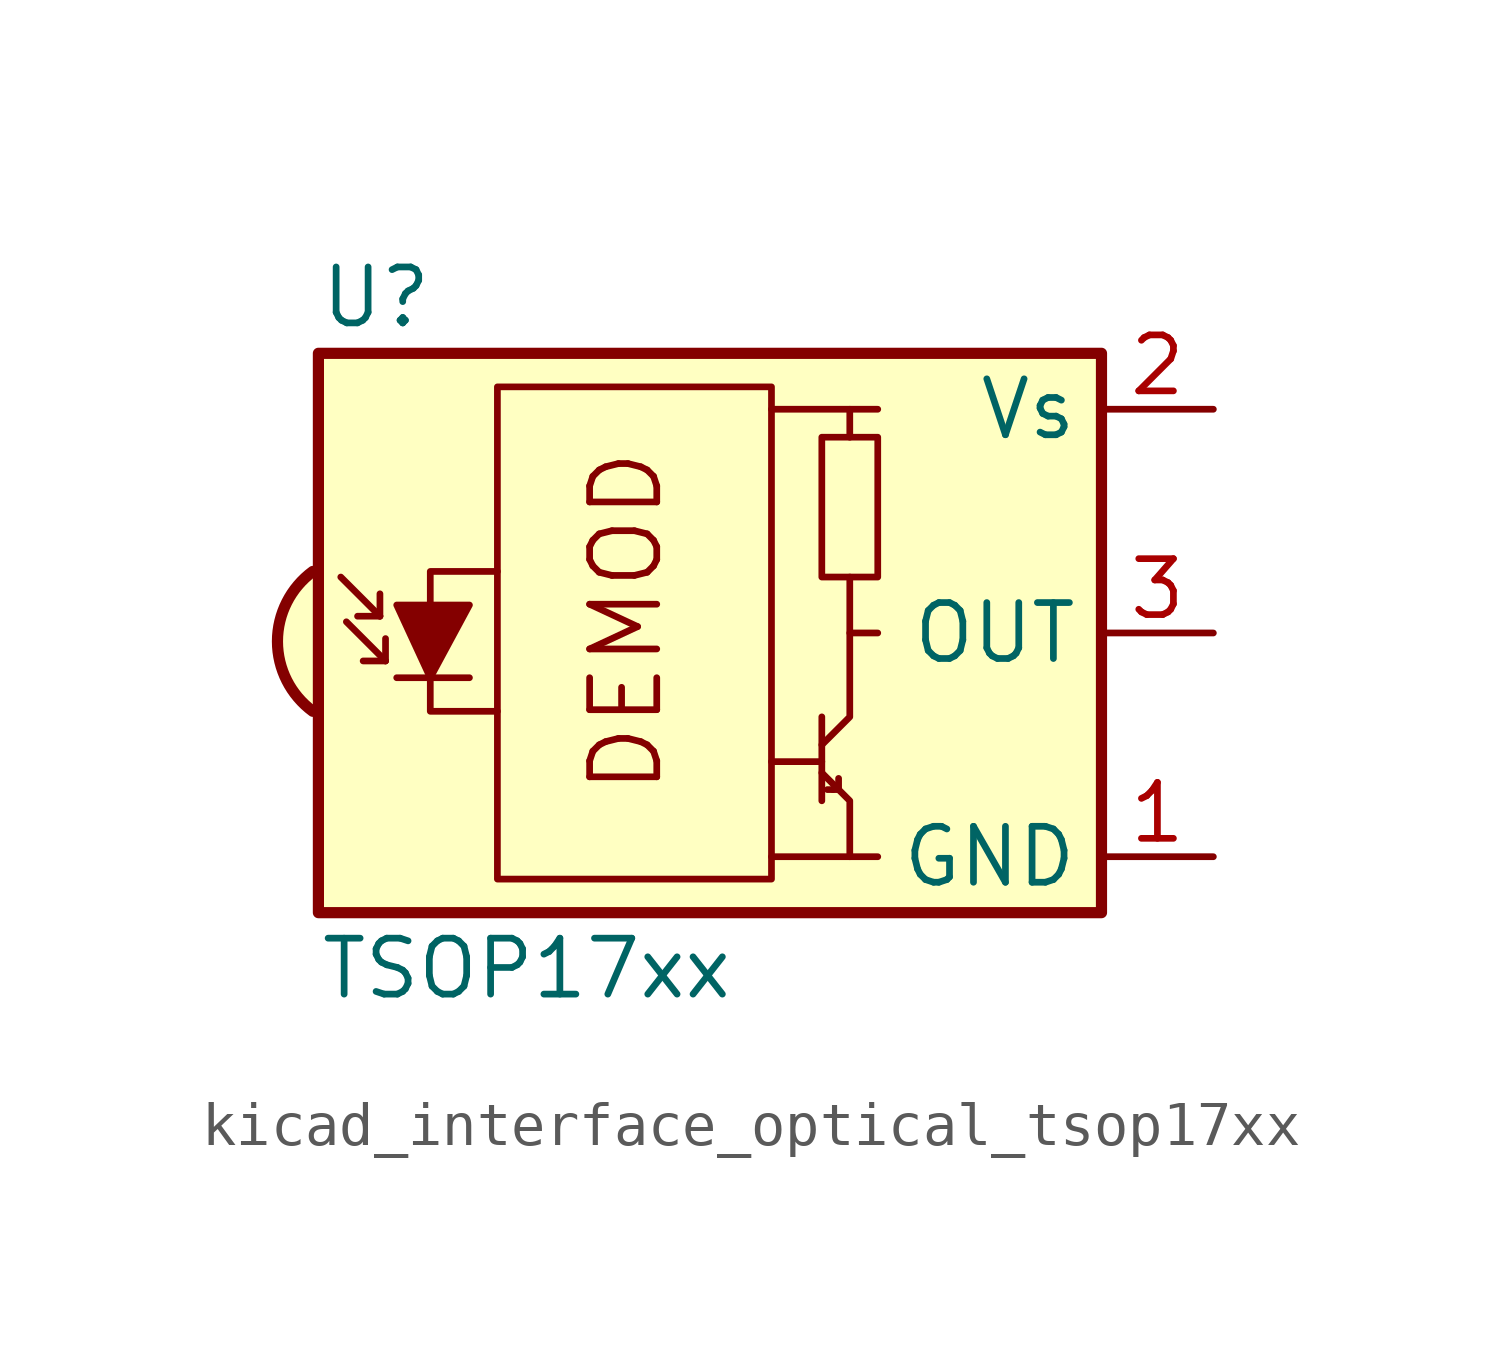
<source format=kicad_sym>
(kicad_symbol_lib
  (version 20220914)
  (generator kicad_symbol_editor)
  (symbol "kicad_interface_optical_tsop17xx"
    (property "Reference" "U"
      (at -10.16 7.62 0)
      (effects (font (size 1.27 1.27)) (justify left)))
    (property "Value" "TSOP17xx"
      (at -10.16 -7.62 0)
      (effects (font (size 1.27 1.27)) (justify left)))
    (symbol "kicad_interface_optical_tsop17xx_0_0"
      (arc (start -10.287 1.397) (mid -11.0899 -0.1852) (end -10.287 -1.778) (stroke (width 0.254) (type default)) (fill (type background)))
      (polyline (pts (xy 1.905 -5.08) (xy 0.127 -5.08)) (stroke (width 0) (type default)) (fill (type none)))
      (polyline (pts (xy 1.905 5.08) (xy 0.127 5.08)) (stroke (width 0) (type default)) (fill (type none)))
      (text "DEMOD" (at -3.175 0.254 900) (effects (font (size 1.524 1.524)))))
    (symbol "kicad_interface_optical_tsop17xx_0_1"
      (rectangle (start -6.096 5.588) (end 0.127 -5.588) (stroke (width 0) (type default)) (fill (type none)))
      (polyline (pts (xy -8.763 0.381) (xy -9.652 1.27)) (stroke (width 0) (type default)) (fill (type none)))
      (polyline (pts (xy -8.763 0.381) (xy -9.271 0.381)) (stroke (width 0) (type default)) (fill (type none)))
      (polyline (pts (xy -8.763 0.381) (xy -8.763 0.889)) (stroke (width 0) (type default)) (fill (type none)))
      (polyline (pts (xy -8.636 -0.635) (xy -9.525 0.254)) (stroke (width 0) (type default)) (fill (type none)))
      (polyline (pts (xy -8.636 -0.635) (xy -9.144 -0.635)) (stroke (width 0) (type default)) (fill (type none)))
      (polyline (pts (xy -8.636 -0.635) (xy -8.636 -0.127)) (stroke (width 0) (type default)) (fill (type none)))
      (polyline (pts (xy -8.382 -1.016) (xy -6.731 -1.016)) (stroke (width 0) (type default)) (fill (type none)))
      (polyline (pts (xy 1.27 -2.921) (xy 0.127 -2.921)) (stroke (width 0) (type default)) (fill (type none)))
      (polyline (pts (xy 1.27 -1.905) (xy 1.27 -3.81)) (stroke (width 0) (type default)) (fill (type none)))
      (polyline (pts (xy 1.397 -3.556) (xy 1.524 -3.556)) (stroke (width 0) (type default)) (fill (type none)))
      (polyline (pts (xy 1.651 -3.556) (xy 1.524 -3.556)) (stroke (width 0) (type default)) (fill (type none)))
      (polyline (pts (xy 1.651 -3.556) (xy 1.651 -3.302)) (stroke (width 0) (type default)) (fill (type none)))
      (polyline (pts (xy 1.905 0) (xy 1.905 1.27)) (stroke (width 0) (type default)) (fill (type none)))
      (polyline (pts (xy 1.905 4.445) (xy 1.905 5.08) (xy 2.54 5.08)) (stroke (width 0) (type default)) (fill (type none)))
      (polyline (pts (xy -8.382 0.635) (xy -6.731 0.635) (xy -7.62 -1.016) (xy -8.382 0.635)) (stroke (width 0) (type default)) (fill (type outline)))
      (polyline (pts (xy -6.096 1.397) (xy -7.62 1.397) (xy -7.62 -1.778) (xy -6.096 -1.778)) (stroke (width 0) (type default)) (fill (type none)))
      (polyline (pts (xy 1.27 -3.175) (xy 1.905 -3.81) (xy 1.905 -5.08) (xy 2.54 -5.08)) (stroke (width 0) (type default)) (fill (type none)))
      (polyline (pts (xy 1.27 -2.54) (xy 1.905 -1.905) (xy 1.905 0) (xy 2.54 0)) (stroke (width 0) (type default)) (fill (type none)))
      (rectangle (start 2.54 1.27) (end 1.27 4.445) (stroke (width 0) (type default)) (fill (type none)))
      (rectangle (start 7.62 6.35) (end -10.16 -6.35) (stroke (width 0.254) (type default)) (fill (type background))))
    (symbol "kicad_interface_optical_tsop17xx_1_1"
      (pin power_in line (at 10.16 -5.08 180) (length 2.54) (name "GND" (effects (font (size 1.27 1.27)))) (number "1" (effects (font (size 1.27 1.27)))))
      (pin power_in line (at 10.16 5.08 180) (length 2.54) (name "Vs" (effects (font (size 1.27 1.27)))) (number "2" (effects (font (size 1.27 1.27)))))
      (pin output line (at 10.16 0 180) (length 2.54) (name "OUT" (effects (font (size 1.27 1.27)))) (number "3" (effects (font (size 1.27 1.27))))))))
</source>
